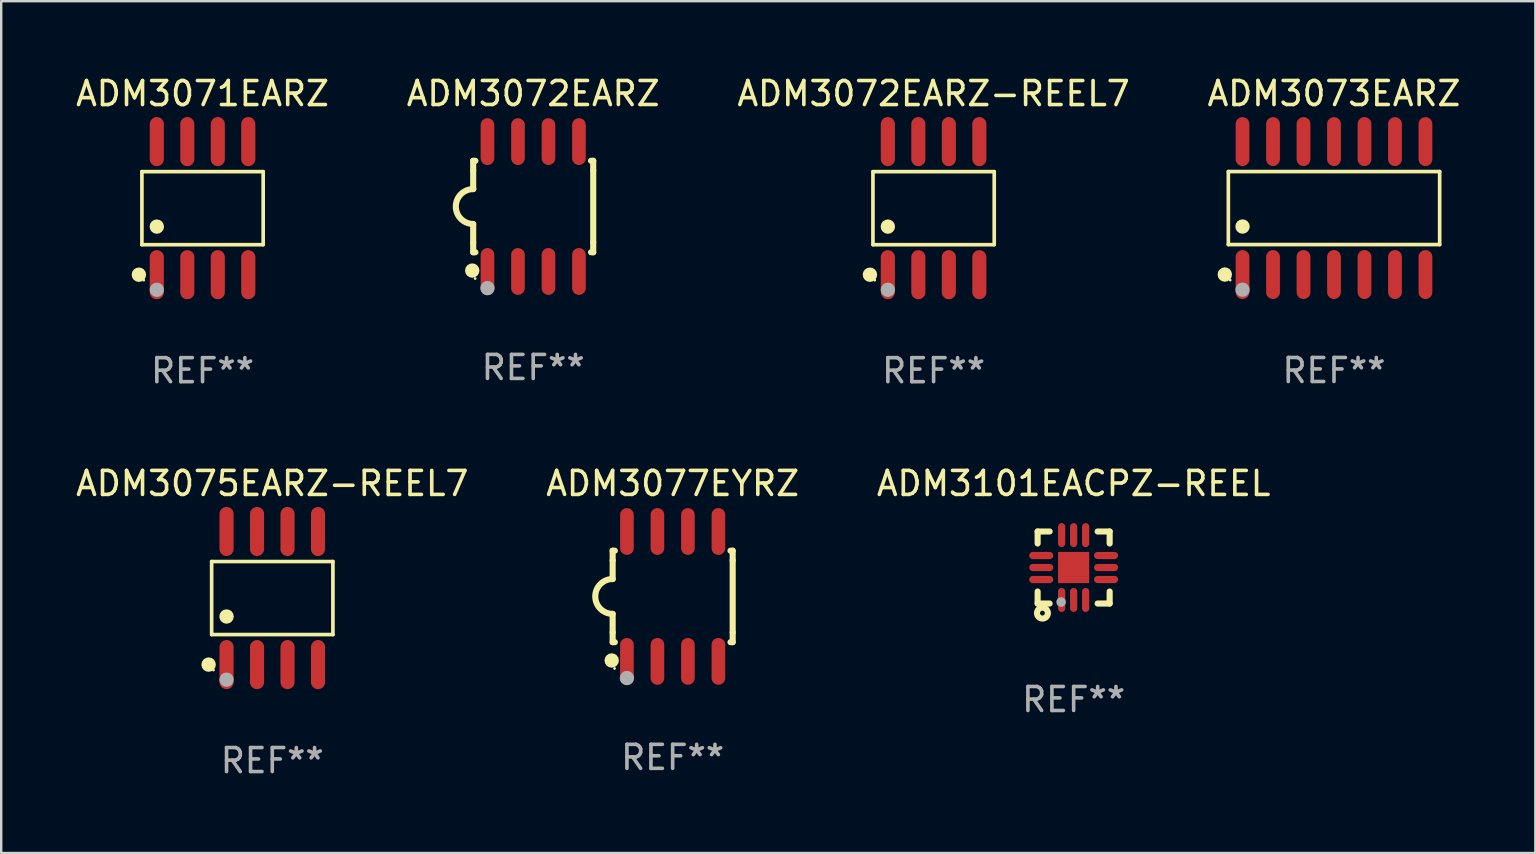
<source format=kicad_pcb>
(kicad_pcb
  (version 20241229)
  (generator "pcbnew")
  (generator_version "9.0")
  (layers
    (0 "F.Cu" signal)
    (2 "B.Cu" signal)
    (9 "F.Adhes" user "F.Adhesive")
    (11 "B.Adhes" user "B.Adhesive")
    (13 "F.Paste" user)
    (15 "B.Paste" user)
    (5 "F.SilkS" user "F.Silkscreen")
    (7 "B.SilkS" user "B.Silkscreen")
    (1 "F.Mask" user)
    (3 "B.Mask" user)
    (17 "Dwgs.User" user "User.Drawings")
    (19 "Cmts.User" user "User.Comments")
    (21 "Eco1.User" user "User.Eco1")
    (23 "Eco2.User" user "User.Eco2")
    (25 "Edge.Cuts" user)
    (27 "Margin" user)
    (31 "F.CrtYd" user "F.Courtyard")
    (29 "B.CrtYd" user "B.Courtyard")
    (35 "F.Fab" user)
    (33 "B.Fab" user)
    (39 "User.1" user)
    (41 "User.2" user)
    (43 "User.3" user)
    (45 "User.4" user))
  (footprint "ADM3075EARZ-REEL7"
    (layer "F.Cu")
    (at 8.292 21.862)
    (property "Reference" "ADM3075EARZ-REEL7" (at 0 -4.772 0) (layer "F.SilkS") (effects (font (size 1 1) (thickness 0.15))))
    (attr through_hole)
    (fp_line (start -2.526 -1.521) (end 2.526 -1.521) (stroke (width 0.152) (type solid)) (layer "F.SilkS"))
    (fp_line (start -2.526 1.521) (end -2.526 -1.521) (stroke (width 0.152) (type solid)) (layer "F.SilkS"))
    (fp_line (start 2.526 -1.521) (end 2.526 1.521) (stroke (width 0.152) (type solid)) (layer "F.SilkS"))
    (fp_line (start 2.526 1.521) (end -2.526 1.521) (stroke (width 0.152) (type solid)) (layer "F.SilkS"))
    (fp_circle (center -2.652 2.772) (end -2.501 2.772) (stroke (width 0.3) (type solid)) (fill no) (layer "F.SilkS"))
    (fp_circle (center -2.45 3) (end -2.42 3) (stroke (width 0.06) (type solid)) (fill no) (layer "F.SilkS"))
    (fp_circle (center -1.905 0.769) (end -1.755 0.769) (stroke (width 0.3) (type solid)) (fill no) (layer "F.SilkS"))
    (fp_circle (center -1.905 3.4) (end -1.755 3.4) (stroke (width 0.3) (type solid)) (fill no) (layer "F.Fab"))
    (fp_text user "REF**" (at 0 6.772 0) (layer "F.Fab") (effects (font (size 1 1) (thickness 0.15))))
    (pad "1" smd oval (at -1.905 2.772) (size 0.588 2.045) (layers "F.Cu" "F.Mask" "F.Paste"))
    (pad "2" smd oval (at -0.635 2.772) (size 0.588 2.045) (layers "F.Cu" "F.Mask" "F.Paste"))
    (pad "3" smd oval (at 0.635 2.772) (size 0.588 2.045) (layers "F.Cu" "F.Mask" "F.Paste"))
    (pad "4" smd oval (at 1.905 2.772) (size 0.588 2.045) (layers "F.Cu" "F.Mask" "F.Paste"))
    (pad "5" smd oval (at 1.905 -2.772) (size 0.588 2.045) (layers "F.Cu" "F.Mask" "F.Paste"))
    (pad "6" smd oval (at 0.635 -2.772) (size 0.588 2.045) (layers "F.Cu" "F.Mask" "F.Paste"))
    (pad "7" smd oval (at -0.635 -2.772) (size 0.588 2.045) (layers "F.Cu" "F.Mask" "F.Paste"))
    (pad "8" smd oval (at -1.905 -2.772) (size 0.588 2.045) (layers "F.Cu" "F.Mask" "F.Paste")))
  (footprint "ADM3101EACPZ-REEL"
    (layer "F.Cu")
    (at 41.673 20.59)
    (property "Reference" "ADM3101EACPZ-REEL" (at 0 -3.5 0) (layer "F.SilkS") (effects (font (size 1 1) (thickness 0.15))))
    (attr through_hole)
    (fp_line (start -1.5 -1.5) (end -1.5 -1) (stroke (width 0.254) (type solid)) (layer "F.SilkS"))
    (fp_line (start -1.5 -1.5) (end -1 -1.5) (stroke (width 0.254) (type solid)) (layer "F.SilkS"))
    (fp_line (start -1.5 1.5) (end -1.5 1) (stroke (width 0.254) (type solid)) (layer "F.SilkS"))
    (fp_line (start -1.5 1.5) (end -1 1.5) (stroke (width 0.254) (type solid)) (layer "F.SilkS"))
    (fp_line (start 1.5 -1.5) (end 1 -1.5) (stroke (width 0.254) (type solid)) (layer "F.SilkS"))
    (fp_line (start 1.5 -1.5) (end 1.5 -1) (stroke (width 0.254) (type solid)) (layer "F.SilkS"))
    (fp_line (start 1.5 1.5) (end 1 1.5) (stroke (width 0.254) (type solid)) (layer "F.SilkS"))
    (fp_line (start 1.5 1.5) (end 1.5 1) (stroke (width 0.254) (type solid)) (layer "F.SilkS"))
    (fp_circle (center -1.5 1.5) (end -1.47 1.5) (stroke (width 0.06) (type solid)) (fill no) (layer "F.SilkS"))
    (fp_circle (center -1.3 1.9) (end -1.2 1.9) (stroke (width 0.254) (type solid)) (fill no) (layer "F.SilkS"))
    (fp_circle (center -0.521 1.437) (end -0.421 1.437) (stroke (width 0.2) (type solid)) (fill no) (layer "F.Fab"))
    (fp_text user "REF**" (at 0 5.5 0) (layer "F.Fab") (effects (font (size 1 1) (thickness 0.15))))
    (pad "1" smd oval (at -0.5 1.35 180) (size 0.3 1) (layers "F.Cu" "F.Mask" "F.Paste"))
    (pad "2" smd oval (at -0.000064 1.35 180) (size 0.3 1) (layers "F.Cu" "F.Mask" "F.Paste"))
    (pad "3" smd oval (at 0.5 1.35 180) (size 0.3 1) (layers "F.Cu" "F.Mask" "F.Paste"))
    (pad "4" smd oval (at 1.35 0.5) (size 1 0.3) (layers "F.Cu" "F.Mask" "F.Paste"))
    (pad "5" smd oval (at 1.35 0.000038) (size 1 0.3) (layers "F.Cu" "F.Mask" "F.Paste"))
    (pad "6" smd oval (at 1.35 -0.5) (size 1 0.3) (layers "F.Cu" "F.Mask" "F.Paste"))
    (pad "7" smd oval (at 0.5 -1.35 180) (size 0.3 1) (layers "F.Cu" "F.Mask" "F.Paste"))
    (pad "8" smd oval (at -0.000064 -1.35 180) (size 0.3 1) (layers "F.Cu" "F.Mask" "F.Paste"))
    (pad "9" smd oval (at -0.5 -1.35 180) (size 0.3 1) (layers "F.Cu" "F.Mask" "F.Paste"))
    (pad "10" smd oval (at -1.35 -0.5) (size 1 0.3) (layers "F.Cu" "F.Mask" "F.Paste"))
    (pad "11" smd oval (at -1.35 0.000038) (size 1 0.3) (layers "F.Cu" "F.Mask" "F.Paste"))
    (pad "12" smd oval (at -1.35 0.5) (size 1 0.3) (layers "F.Cu" "F.Mask" "F.Paste"))
    (pad "13" smd rect (at -0.000064 0.000038 90) (size 1.3 1.3) (layers "F.Cu" "F.Mask" "F.Paste")))
  (footprint "ADM3072EARZ-REEL7"
    (layer "F.Cu")
    (at 35.839 5.621)
    (property "Reference" "ADM3072EARZ-REEL7" (at 0 -4.772 0) (layer "F.SilkS") (effects (font (size 1 1) (thickness 0.15))))
    (attr through_hole)
    (fp_line (start -2.526 -1.521) (end 2.526 -1.521) (stroke (width 0.152) (type solid)) (layer "F.SilkS"))
    (fp_line (start -2.526 1.521) (end -2.526 -1.521) (stroke (width 0.152) (type solid)) (layer "F.SilkS"))
    (fp_line (start 2.526 -1.521) (end 2.526 1.521) (stroke (width 0.152) (type solid)) (layer "F.SilkS"))
    (fp_line (start 2.526 1.521) (end -2.526 1.521) (stroke (width 0.152) (type solid)) (layer "F.SilkS"))
    (fp_circle (center -2.652 2.772) (end -2.501 2.772) (stroke (width 0.3) (type solid)) (fill no) (layer "F.SilkS"))
    (fp_circle (center -2.45 3) (end -2.42 3) (stroke (width 0.06) (type solid)) (fill no) (layer "F.SilkS"))
    (fp_circle (center -1.905 0.769) (end -1.755 0.769) (stroke (width 0.3) (type solid)) (fill no) (layer "F.SilkS"))
    (fp_circle (center -1.905 3.4) (end -1.755 3.4) (stroke (width 0.3) (type solid)) (fill no) (layer "F.Fab"))
    (fp_text user "REF**" (at 0 6.772 0) (layer "F.Fab") (effects (font (size 1 1) (thickness 0.15))))
    (pad "1" smd oval (at -1.905 2.772) (size 0.588 2.045) (layers "F.Cu" "F.Mask" "F.Paste"))
    (pad "2" smd oval (at -0.635 2.772) (size 0.588 2.045) (layers "F.Cu" "F.Mask" "F.Paste"))
    (pad "3" smd oval (at 0.635 2.772) (size 0.588 2.045) (layers "F.Cu" "F.Mask" "F.Paste"))
    (pad "4" smd oval (at 1.905 2.772) (size 0.588 2.045) (layers "F.Cu" "F.Mask" "F.Paste"))
    (pad "5" smd oval (at 1.905 -2.772) (size 0.588 2.045) (layers "F.Cu" "F.Mask" "F.Paste"))
    (pad "6" smd oval (at 0.635 -2.772) (size 0.588 2.045) (layers "F.Cu" "F.Mask" "F.Paste"))
    (pad "7" smd oval (at -0.635 -2.772) (size 0.588 2.045) (layers "F.Cu" "F.Mask" "F.Paste"))
    (pad "8" smd oval (at -1.905 -2.772) (size 0.588 2.045) (layers "F.Cu" "F.Mask" "F.Paste")))
  (footprint "ADM3073EARZ"
    (layer "F.Cu")
    (at 52.518 5.617)
    (property "Reference" "ADM3073EARZ" (at 0 -4.769 0) (layer "F.SilkS") (effects (font (size 1 1) (thickness 0.15))))
    (attr through_hole)
    (fp_line (start -4.401 -1.521) (end 4.401 -1.521) (stroke (width 0.152) (type solid)) (layer "F.SilkS"))
    (fp_line (start -4.401 1.521) (end -4.401 -1.521) (stroke (width 0.152) (type solid)) (layer "F.SilkS"))
    (fp_line (start 4.401 -1.521) (end 4.401 1.521) (stroke (width 0.152) (type solid)) (layer "F.SilkS"))
    (fp_line (start 4.401 1.521) (end -4.401 1.521) (stroke (width 0.152) (type solid)) (layer "F.SilkS"))
    (fp_circle (center -4.549 2.769) (end -4.399 2.769) (stroke (width 0.3) (type solid)) (fill no) (layer "F.SilkS"))
    (fp_circle (center -4.325 3) (end -4.295 3) (stroke (width 0.06) (type solid)) (fill no) (layer "F.SilkS"))
    (fp_circle (center -3.81 0.769) (end -3.66 0.769) (stroke (width 0.3) (type solid)) (fill no) (layer "F.SilkS"))
    (fp_circle (center -3.81 3.4) (end -3.66 3.4) (stroke (width 0.3) (type solid)) (fill no) (layer "F.Fab"))
    (fp_text user "REF**" (at 0 6.769 0) (layer "F.Fab") (effects (font (size 1 1) (thickness 0.15))))
    (pad "1" smd oval (at -3.81 2.769) (size 0.574 2.038) (layers "F.Cu" "F.Mask" "F.Paste"))
    (pad "2" smd oval (at -2.54 2.769) (size 0.574 2.038) (layers "F.Cu" "F.Mask" "F.Paste"))
    (pad "3" smd oval (at -1.27 2.769) (size 0.574 2.038) (layers "F.Cu" "F.Mask" "F.Paste"))
    (pad "4" smd oval (at 0 2.769) (size 0.574 2.038) (layers "F.Cu" "F.Mask" "F.Paste"))
    (pad "5" smd oval (at 1.27 2.769) (size 0.574 2.038) (layers "F.Cu" "F.Mask" "F.Paste"))
    (pad "6" smd oval (at 2.54 2.769) (size 0.574 2.038) (layers "F.Cu" "F.Mask" "F.Paste"))
    (pad "7" smd oval (at 3.81 2.769) (size 0.574 2.038) (layers "F.Cu" "F.Mask" "F.Paste"))
    (pad "8" smd oval (at 3.81 -2.769) (size 0.574 2.038) (layers "F.Cu" "F.Mask" "F.Paste"))
    (pad "9" smd oval (at 2.54 -2.769) (size 0.574 2.038) (layers "F.Cu" "F.Mask" "F.Paste"))
    (pad "10" smd oval (at 1.27 -2.769) (size 0.574 2.038) (layers "F.Cu" "F.Mask" "F.Paste"))
    (pad "11" smd oval (at 0 -2.769) (size 0.574 2.038) (layers "F.Cu" "F.Mask" "F.Paste"))
    (pad "12" smd oval (at -1.27 -2.769) (size 0.574 2.038) (layers "F.Cu" "F.Mask" "F.Paste"))
    (pad "13" smd oval (at -2.54 -2.769) (size 0.574 2.038) (layers "F.Cu" "F.Mask" "F.Paste"))
    (pad "14" smd oval (at -3.81 -2.769) (size 0.574 2.038) (layers "F.Cu" "F.Mask" "F.Paste")))
  (footprint "ADM3077EYRZ"
    (layer "F.Cu")
    (at 24.97 21.795)
    (property "Reference" "ADM3077EYRZ" (at 0 -4.705 0) (layer "F.SilkS") (effects (font (size 1 1) (thickness 0.15))))
    (attr through_hole)
    (fp_line (start -2.5 -1.905) (end -2.409 -1.905) (stroke (width 0.254) (type solid)) (layer "F.SilkS"))
    (fp_line (start -2.5 -1.5) (end -2.5 -1.905) (stroke (width 0.254) (type solid)) (layer "F.SilkS"))
    (fp_line (start -2.5 -1.5) (end -2.5 -0.726) (stroke (width 0.254) (type solid)) (layer "F.SilkS"))
    (fp_line (start -2.5 1.5) (end -2.5 0.727) (stroke (width 0.254) (type solid)) (layer "F.SilkS"))
    (fp_line (start -2.5 1.5) (end -2.5 1.905) (stroke (width 0.254) (type solid)) (layer "F.SilkS"))
    (fp_line (start -2.5 1.905) (end -2.409 1.905) (stroke (width 0.254) (type solid)) (layer "F.SilkS"))
    (fp_line (start 2.5 -1.905) (end 2.409 -1.905) (stroke (width 0.254) (type solid)) (layer "F.SilkS"))
    (fp_line (start 2.5 -1.5) (end 2.5 -1.905) (stroke (width 0.254) (type solid)) (layer "F.SilkS"))
    (fp_line (start 2.5 -1.5) (end 2.5 1.5) (stroke (width 0.254) (type solid)) (layer "F.SilkS"))
    (fp_line (start 2.5 1.5) (end 2.5 1.905) (stroke (width 0.254) (type solid)) (layer "F.SilkS"))
    (fp_line (start 2.5 1.905) (end 2.409 1.905) (stroke (width 0.254) (type solid)) (layer "F.SilkS"))
    (fp_arc (start -2.5 0.726568) (mid -3.220316 -0.0023) (end -2.495097 -0.726289) (stroke (width 0.254001) (type solid)) (layer "F.SilkS"))
    (fp_circle (center -2.54 2.667) (end -2.39 2.667) (stroke (width 0.3) (type solid)) (fill no) (layer "F.SilkS"))
    (fp_circle (center -2.42 3) (end -2.39 3) (stroke (width 0.06) (type solid)) (fill no) (layer "F.SilkS"))
    (fp_circle (center -1.905 3.4) (end -1.755 3.4) (stroke (width 0.3) (type solid)) (fill no) (layer "F.Fab"))
    (fp_text user "REF**" (at 0 6.705 0) (layer "F.Fab") (effects (font (size 1 1) (thickness 0.15))))
    (pad "1" smd oval (at -1.905 2.705) (size 0.568 1.95) (layers "F.Cu" "F.Mask" "F.Paste"))
    (pad "2" smd oval (at -0.635 2.705) (size 0.568 1.95) (layers "F.Cu" "F.Mask" "F.Paste"))
    (pad "3" smd oval (at 0.635 2.705) (size 0.568 1.95) (layers "F.Cu" "F.Mask" "F.Paste"))
    (pad "4" smd oval (at 1.905 2.705) (size 0.568 1.95) (layers "F.Cu" "F.Mask" "F.Paste"))
    (pad "5" smd oval (at 1.905 -2.705) (size 0.568 1.95) (layers "F.Cu" "F.Mask" "F.Paste"))
    (pad "6" smd oval (at 0.635 -2.705) (size 0.568 1.95) (layers "F.Cu" "F.Mask" "F.Paste"))
    (pad "7" smd oval (at -0.635 -2.705) (size 0.568 1.95) (layers "F.Cu" "F.Mask" "F.Paste"))
    (pad "8" smd oval (at -1.905 -2.705) (size 0.568 1.95) (layers "F.Cu" "F.Mask" "F.Paste")))
  (footprint "ADM3072EARZ"
    (layer "F.Cu")
    (at 19.161 5.553)
    (property "Reference" "ADM3072EARZ" (at 0 -4.705 0) (layer "F.SilkS") (effects (font (size 1 1) (thickness 0.15))))
    (attr through_hole)
    (fp_line (start -2.5 -1.905) (end -2.409 -1.905) (stroke (width 0.254) (type solid)) (layer "F.SilkS"))
    (fp_line (start -2.5 -1.5) (end -2.5 -1.905) (stroke (width 0.254) (type solid)) (layer "F.SilkS"))
    (fp_line (start -2.5 -1.5) (end -2.5 -0.726) (stroke (width 0.254) (type solid)) (layer "F.SilkS"))
    (fp_line (start -2.5 1.5) (end -2.5 0.727) (stroke (width 0.254) (type solid)) (layer "F.SilkS"))
    (fp_line (start -2.5 1.5) (end -2.5 1.905) (stroke (width 0.254) (type solid)) (layer "F.SilkS"))
    (fp_line (start -2.5 1.905) (end -2.409 1.905) (stroke (width 0.254) (type solid)) (layer "F.SilkS"))
    (fp_line (start 2.5 -1.905) (end 2.409 -1.905) (stroke (width 0.254) (type solid)) (layer "F.SilkS"))
    (fp_line (start 2.5 -1.5) (end 2.5 -1.905) (stroke (width 0.254) (type solid)) (layer "F.SilkS"))
    (fp_line (start 2.5 -1.5) (end 2.5 1.5) (stroke (width 0.254) (type solid)) (layer "F.SilkS"))
    (fp_line (start 2.5 1.5) (end 2.5 1.905) (stroke (width 0.254) (type solid)) (layer "F.SilkS"))
    (fp_line (start 2.5 1.905) (end 2.409 1.905) (stroke (width 0.254) (type solid)) (layer "F.SilkS"))
    (fp_arc (start -2.5 0.726568) (mid -3.220316 -0.0023) (end -2.495097 -0.726289) (stroke (width 0.254001) (type solid)) (layer "F.SilkS"))
    (fp_circle (center -2.54 2.667) (end -2.39 2.667) (stroke (width 0.3) (type solid)) (fill no) (layer "F.SilkS"))
    (fp_circle (center -2.42 3) (end -2.39 3) (stroke (width 0.06) (type solid)) (fill no) (layer "F.SilkS"))
    (fp_circle (center -1.905 3.4) (end -1.755 3.4) (stroke (width 0.3) (type solid)) (fill no) (layer "F.Fab"))
    (fp_text user "REF**" (at 0 6.705 0) (layer "F.Fab") (effects (font (size 1 1) (thickness 0.15))))
    (pad "1" smd oval (at -1.905 2.705) (size 0.568 1.95) (layers "F.Cu" "F.Mask" "F.Paste"))
    (pad "2" smd oval (at -0.635 2.705) (size 0.568 1.95) (layers "F.Cu" "F.Mask" "F.Paste"))
    (pad "3" smd oval (at 0.635 2.705) (size 0.568 1.95) (layers "F.Cu" "F.Mask" "F.Paste"))
    (pad "4" smd oval (at 1.905 2.705) (size 0.568 1.95) (layers "F.Cu" "F.Mask" "F.Paste"))
    (pad "5" smd oval (at 1.905 -2.705) (size 0.568 1.95) (layers "F.Cu" "F.Mask" "F.Paste"))
    (pad "6" smd oval (at 0.635 -2.705) (size 0.568 1.95) (layers "F.Cu" "F.Mask" "F.Paste"))
    (pad "7" smd oval (at -0.635 -2.705) (size 0.568 1.95) (layers "F.Cu" "F.Mask" "F.Paste"))
    (pad "8" smd oval (at -1.905 -2.705) (size 0.568 1.95) (layers "F.Cu" "F.Mask" "F.Paste")))
  (footprint "ADM3071EARZ"
    (layer "F.Cu")
    (at 5.387 5.621)
    (property "Reference" "ADM3071EARZ" (at 0 -4.772 0) (layer "F.SilkS") (effects (font (size 1 1) (thickness 0.15))))
    (attr through_hole)
    (fp_line (start -2.526 -1.521) (end 2.526 -1.521) (stroke (width 0.152) (type solid)) (layer "F.SilkS"))
    (fp_line (start -2.526 1.521) (end -2.526 -1.521) (stroke (width 0.152) (type solid)) (layer "F.SilkS"))
    (fp_line (start 2.526 -1.521) (end 2.526 1.521) (stroke (width 0.152) (type solid)) (layer "F.SilkS"))
    (fp_line (start 2.526 1.521) (end -2.526 1.521) (stroke (width 0.152) (type solid)) (layer "F.SilkS"))
    (fp_circle (center -2.652 2.772) (end -2.501 2.772) (stroke (width 0.3) (type solid)) (fill no) (layer "F.SilkS"))
    (fp_circle (center -2.45 3) (end -2.42 3) (stroke (width 0.06) (type solid)) (fill no) (layer "F.SilkS"))
    (fp_circle (center -1.905 0.769) (end -1.755 0.769) (stroke (width 0.3) (type solid)) (fill no) (layer "F.SilkS"))
    (fp_circle (center -1.905 3.4) (end -1.755 3.4) (stroke (width 0.3) (type solid)) (fill no) (layer "F.Fab"))
    (fp_text user "REF**" (at 0 6.772 0) (layer "F.Fab") (effects (font (size 1 1) (thickness 0.15))))
    (pad "1" smd oval (at -1.905 2.772) (size 0.588 2.045) (layers "F.Cu" "F.Mask" "F.Paste"))
    (pad "2" smd oval (at -0.635 2.772) (size 0.588 2.045) (layers "F.Cu" "F.Mask" "F.Paste"))
    (pad "3" smd oval (at 0.635 2.772) (size 0.588 2.045) (layers "F.Cu" "F.Mask" "F.Paste"))
    (pad "4" smd oval (at 1.905 2.772) (size 0.588 2.045) (layers "F.Cu" "F.Mask" "F.Paste"))
    (pad "5" smd oval (at 1.905 -2.772) (size 0.588 2.045) (layers "F.Cu" "F.Mask" "F.Paste"))
    (pad "6" smd oval (at 0.635 -2.772) (size 0.588 2.045) (layers "F.Cu" "F.Mask" "F.Paste"))
    (pad "7" smd oval (at -0.635 -2.772) (size 0.588 2.045) (layers "F.Cu" "F.Mask" "F.Paste"))
    (pad "8" smd oval (at -1.905 -2.772) (size 0.588 2.045) (layers "F.Cu" "F.Mask" "F.Paste")))
  (gr_rect
    (start -3 -3)
    (end 60.905 32.483)
    (stroke (width 0.1) (type default))
    (fill no)
    (layer "Edge.Cuts")))
</source>
